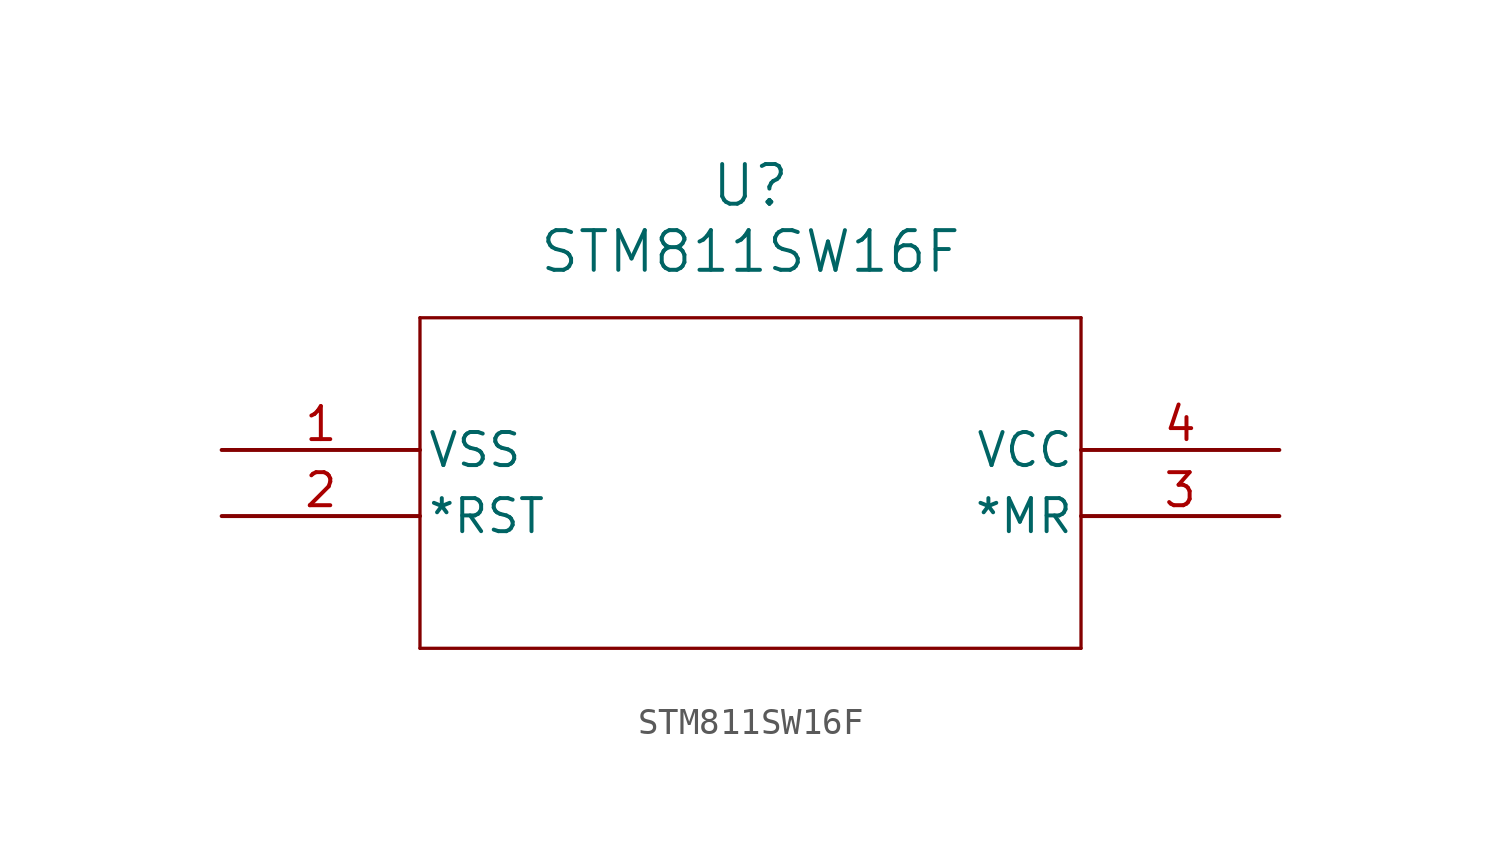
<source format=kicad_sym>
(kicad_symbol_lib
  (version 20211014)
  (generator kicad_symbol_editor)
  (symbol "STM811SW16F"
    (pin_names
      (offset 0.254))
    (property "Reference" "U"
      (at 20.32 10.16 0)
      (effects (font (size 1.524 1.524))))
    (property "Value" "STM811SW16F"
      (at 20.32 7.62 0)
      (effects (font (size 1.524 1.524))))
    (symbol "STM811SW16F_0_1"
      (polyline (pts (xy 7.62 5.08) (xy 7.62 -7.62)) (stroke (width 0.127) (type default) (color 0 0 0 0)) (fill (type none)))
      (polyline (pts (xy 7.62 -7.62) (xy 33.02 -7.62)) (stroke (width 0.127) (type default) (color 0 0 0 0)) (fill (type none)))
      (polyline (pts (xy 33.02 -7.62) (xy 33.02 5.08)) (stroke (width 0.127) (type default) (color 0 0 0 0)) (fill (type none)))
      (polyline (pts (xy 33.02 5.08) (xy 7.62 5.08)) (stroke (width 0.127) (type default) (color 0 0 0 0)) (fill (type none)))
      (pin power_in line (at 0 0 0) (length 7.62) (name "VSS" (effects (font (size 1.27 1.27)))) (number "1" (effects (font (size 1.27 1.27)))))
      (pin unspecified line (at 0 -2.54 0) (length 7.62) (name "*RST" (effects (font (size 1.27 1.27)))) (number "2" (effects (font (size 1.27 1.27)))))
      (pin unspecified line (at 40.64 -2.54 180) (length 7.62) (name "*MR" (effects (font (size 1.27 1.27)))) (number "3" (effects (font (size 1.27 1.27)))))
      (pin power_in line (at 40.64 0 180) (length 7.62) (name "VCC" (effects (font (size 1.27 1.27)))) (number "4" (effects (font (size 1.27 1.27))))))))
</source>
